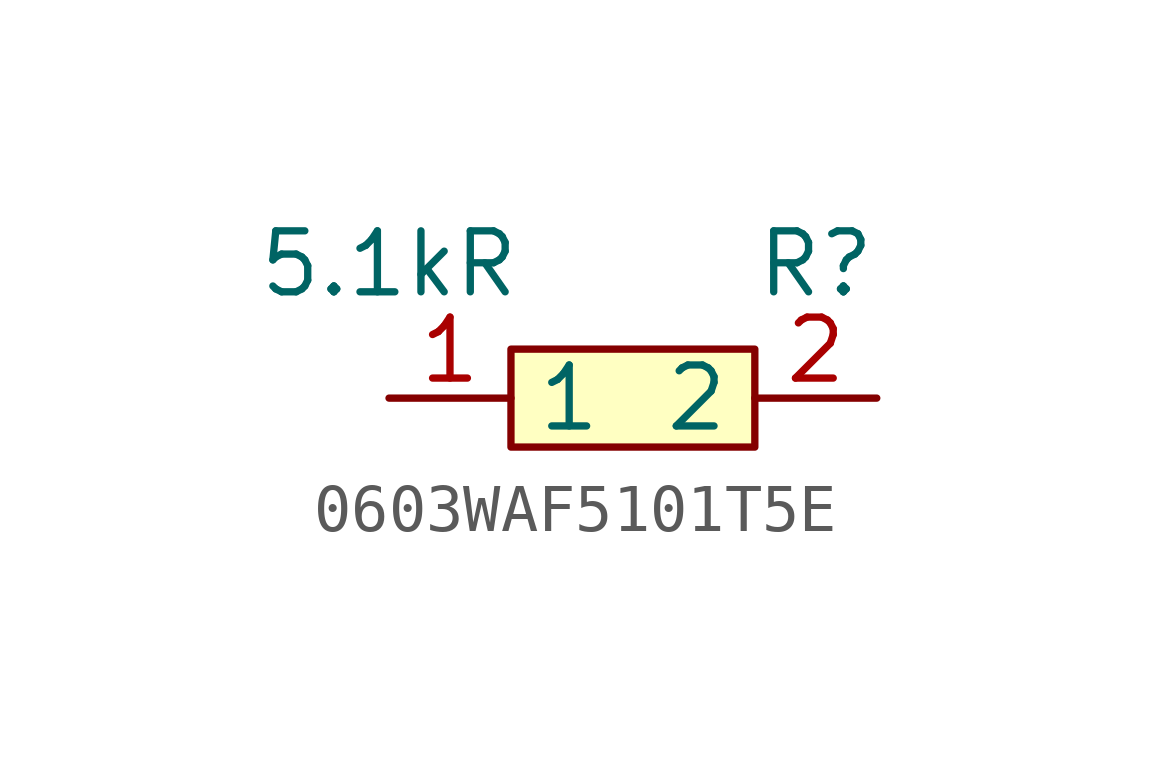
<source format=kicad_sym>
(kicad_symbol_lib
  (version 20231120)
  (generator "kicad_symbol_editor")
  (generator_version "8.0")
  (symbol "0603WAF5101T5E"
    (property "Reference" "R"
      (at 3.81 2.794 0)
      (effects (font (size 1.27 1.27))))
    (property "Value" "5.1kR"
      (at -5.08 2.794 0)
      (effects (font (size 1.27 1.27))))
    (symbol "0603WAF5101T5E_0_1"
      (rectangle (start -2.54 1.02) (end 2.54 -1.02) (stroke (width 0) (type default)) (fill (type background)))
      (pin passive line (at -5.08 0 0) (length 2.54) (name "1" (effects (font (size 1.27 1.27)))) (number "1" (effects (font (size 1.27 1.27)))))
      (pin passive line (at 5.08 0 180) (length 2.54) (name "2" (effects (font (size 1.27 1.27)))) (number "2" (effects (font (size 1.27 1.27))))))))
</source>
